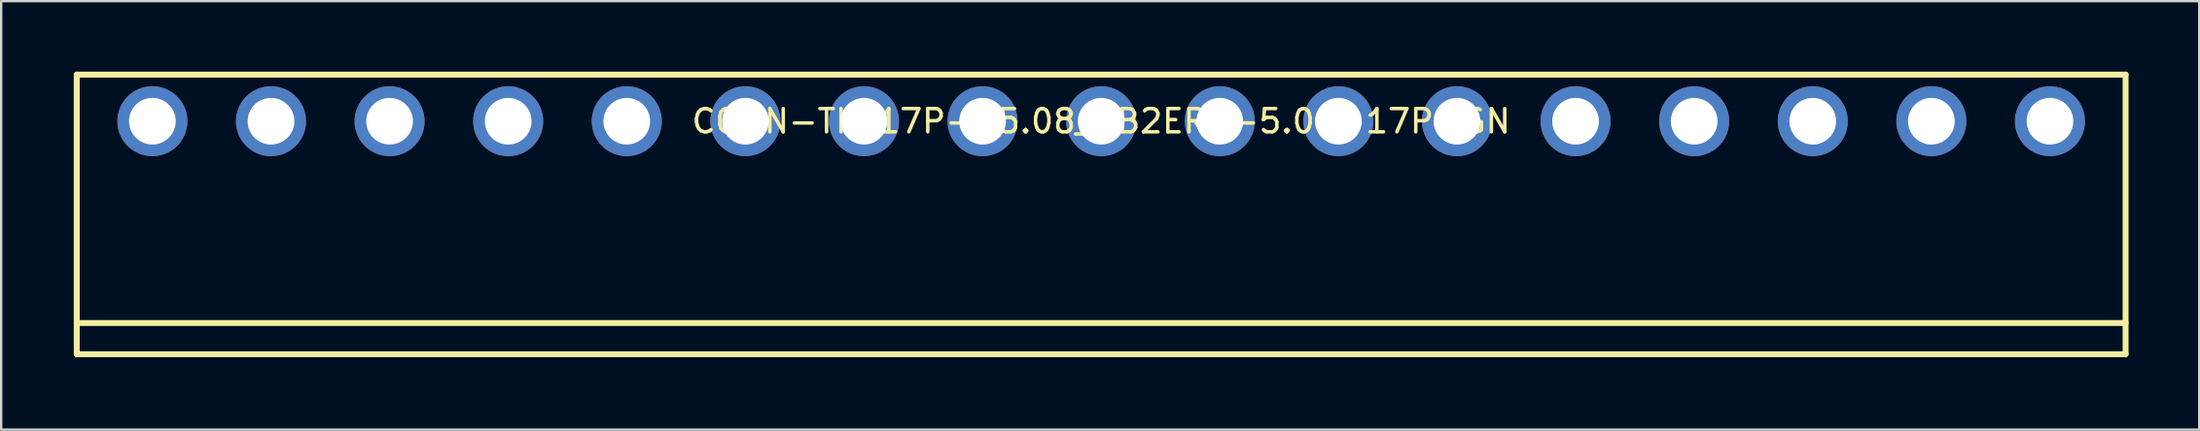
<source format=kicad_pcb>
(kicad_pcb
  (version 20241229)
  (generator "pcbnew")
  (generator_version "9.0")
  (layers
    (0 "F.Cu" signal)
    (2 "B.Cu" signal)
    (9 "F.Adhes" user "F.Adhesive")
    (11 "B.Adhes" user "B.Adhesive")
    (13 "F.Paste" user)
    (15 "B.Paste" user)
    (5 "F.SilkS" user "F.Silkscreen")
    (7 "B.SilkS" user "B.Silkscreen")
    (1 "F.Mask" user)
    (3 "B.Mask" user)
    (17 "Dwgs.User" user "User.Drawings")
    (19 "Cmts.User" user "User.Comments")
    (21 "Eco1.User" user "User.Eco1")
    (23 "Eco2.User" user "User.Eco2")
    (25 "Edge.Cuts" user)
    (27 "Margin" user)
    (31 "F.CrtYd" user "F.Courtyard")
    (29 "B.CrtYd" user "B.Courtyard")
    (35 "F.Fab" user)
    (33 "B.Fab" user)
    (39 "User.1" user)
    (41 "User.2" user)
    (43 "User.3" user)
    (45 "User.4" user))
  (footprint "CONN-TH_17P-P5.08_DB2ERC-5.08-17P-GN"
    (layer "F.Cu")
    (at 44.117 2.152)
    (property "Reference" "CONN-TH_17P-P5.08_DB2ERC-5.08-17P-GN" (at 0 0 0) (unlocked yes) (layer "F.SilkS") (effects (font (size 1 1) (thickness 0.15))))
    (fp_line (start -43.88 -2) (end -43.88 10) (stroke (width 0.254) (type default)) (layer "F.SilkS"))
    (fp_line (start -43.88 -2) (end 43.88 -2) (stroke (width 0.254) (type default)) (layer "F.SilkS"))
    (fp_line (start -43.88 8.661) (end 43.88 8.661) (stroke (width 0.254) (type default)) (layer "F.SilkS"))
    (fp_line (start -43.88 10) (end 43.88 10) (stroke (width 0.254) (type default)) (layer "F.SilkS"))
    (fp_line (start 43.88 -2) (end 43.88 10) (stroke (width 0.254) (type default)) (layer "F.SilkS"))
    (fp_poly (pts (xy -39.74 0) (xy -39.76 -0.187) (xy -39.818 -0.366) (xy -39.912 -0.529) (xy -40.038 -0.669) (xy -40.19 -0.779) (xy -40.362 -0.856) (xy -40.546 -0.895) (xy -40.734 -0.895) (xy -40.918 -0.856) (xy -41.09 -0.779) (xy -41.242 -0.669) (xy -41.368 -0.529) (xy -41.462 -0.366) (xy -41.52 -0.187) (xy -41.54 0) (xy -41.52 0.187) (xy -41.462 0.366) (xy -41.368 0.529) (xy -41.242 0.669) (xy -41.09 0.779) (xy -40.918 0.856) (xy -40.734 0.895) (xy -40.546 0.895) (xy -40.362 0.856) (xy -40.19 0.779) (xy -40.038 0.669) (xy -39.912 0.529) (xy -39.818 0.366) (xy -39.76 0.187)) (stroke (width 0.1) (type default)) (fill no) (layer "User.1"))
    (fp_poly (pts (xy -34.66 0) (xy -34.68 -0.187) (xy -34.738 -0.366) (xy -34.832 -0.529) (xy -34.958 -0.669) (xy -35.11 -0.779) (xy -35.282 -0.856) (xy -35.466 -0.895) (xy -35.654 -0.895) (xy -35.838 -0.856) (xy -36.01 -0.779) (xy -36.162 -0.669) (xy -36.288 -0.529) (xy -36.382 -0.366) (xy -36.44 -0.187) (xy -36.46 0) (xy -36.44 0.187) (xy -36.382 0.366) (xy -36.288 0.529) (xy -36.162 0.669) (xy -36.01 0.779) (xy -35.838 0.856) (xy -35.654 0.895) (xy -35.466 0.895) (xy -35.282 0.856) (xy -35.11 0.779) (xy -34.958 0.669) (xy -34.832 0.529) (xy -34.738 0.366) (xy -34.68 0.187)) (stroke (width 0.1) (type default)) (fill no) (layer "User.1"))
    (fp_poly (pts (xy -29.58 0) (xy -29.6 -0.187) (xy -29.658 -0.366) (xy -29.752 -0.529) (xy -29.878 -0.669) (xy -30.03 -0.779) (xy -30.202 -0.856) (xy -30.386 -0.895) (xy -30.574 -0.895) (xy -30.758 -0.856) (xy -30.93 -0.779) (xy -31.082 -0.669) (xy -31.208 -0.529) (xy -31.302 -0.366) (xy -31.36 -0.187) (xy -31.38 0) (xy -31.36 0.187) (xy -31.302 0.366) (xy -31.208 0.529) (xy -31.082 0.669) (xy -30.93 0.779) (xy -30.758 0.856) (xy -30.574 0.895) (xy -30.386 0.895) (xy -30.202 0.856) (xy -30.03 0.779) (xy -29.878 0.669) (xy -29.752 0.529) (xy -29.658 0.366) (xy -29.6 0.187)) (stroke (width 0.1) (type default)) (fill no) (layer "User.1"))
    (fp_poly (pts (xy -24.5 0) (xy -24.52 -0.187) (xy -24.578 -0.366) (xy -24.672 -0.529) (xy -24.798 -0.669) (xy -24.95 -0.779) (xy -25.122 -0.856) (xy -25.306 -0.895) (xy -25.494 -0.895) (xy -25.678 -0.856) (xy -25.85 -0.779) (xy -26.002 -0.669) (xy -26.128 -0.529) (xy -26.222 -0.366) (xy -26.28 -0.187) (xy -26.3 0) (xy -26.28 0.187) (xy -26.222 0.366) (xy -26.128 0.529) (xy -26.002 0.669) (xy -25.85 0.779) (xy -25.678 0.856) (xy -25.494 0.895) (xy -25.306 0.895) (xy -25.122 0.856) (xy -24.95 0.779) (xy -24.798 0.669) (xy -24.672 0.529) (xy -24.578 0.366) (xy -24.52 0.187)) (stroke (width 0.1) (type default)) (fill no) (layer "User.1"))
    (fp_poly (pts (xy -19.42 0) (xy -19.44 -0.187) (xy -19.498 -0.366) (xy -19.592 -0.529) (xy -19.718 -0.669) (xy -19.87 -0.779) (xy -20.042 -0.856) (xy -20.226 -0.895) (xy -20.414 -0.895) (xy -20.598 -0.856) (xy -20.77 -0.779) (xy -20.922 -0.669) (xy -21.048 -0.529) (xy -21.142 -0.366) (xy -21.2 -0.187) (xy -21.22 0) (xy -21.2 0.187) (xy -21.142 0.366) (xy -21.048 0.529) (xy -20.922 0.669) (xy -20.77 0.779) (xy -20.598 0.856) (xy -20.414 0.895) (xy -20.226 0.895) (xy -20.042 0.856) (xy -19.87 0.779) (xy -19.718 0.669) (xy -19.592 0.529) (xy -19.498 0.366) (xy -19.44 0.187)) (stroke (width 0.1) (type default)) (fill no) (layer "User.1"))
    (fp_poly (pts (xy -14.34 0) (xy -14.36 -0.187) (xy -14.418 -0.366) (xy -14.512 -0.529) (xy -14.638 -0.669) (xy -14.79 -0.779) (xy -14.962 -0.856) (xy -15.146 -0.895) (xy -15.334 -0.895) (xy -15.518 -0.856) (xy -15.69 -0.779) (xy -15.842 -0.669) (xy -15.968 -0.529) (xy -16.062 -0.366) (xy -16.12 -0.187) (xy -16.14 0) (xy -16.12 0.187) (xy -16.062 0.366) (xy -15.968 0.529) (xy -15.842 0.669) (xy -15.69 0.779) (xy -15.518 0.856) (xy -15.334 0.895) (xy -15.146 0.895) (xy -14.962 0.856) (xy -14.79 0.779) (xy -14.638 0.669) (xy -14.512 0.529) (xy -14.418 0.366) (xy -14.36 0.187)) (stroke (width 0.1) (type default)) (fill no) (layer "User.1"))
    (fp_poly (pts (xy -9.26 0) (xy -9.28 -0.187) (xy -9.338 -0.366) (xy -9.432 -0.529) (xy -9.558 -0.669) (xy -9.71 -0.779) (xy -9.882 -0.856) (xy -10.066 -0.895) (xy -10.254 -0.895) (xy -10.438 -0.856) (xy -10.61 -0.779) (xy -10.762 -0.669) (xy -10.888 -0.529) (xy -10.982 -0.366) (xy -11.04 -0.187) (xy -11.06 0) (xy -11.04 0.187) (xy -10.982 0.366) (xy -10.888 0.529) (xy -10.762 0.669) (xy -10.61 0.779) (xy -10.438 0.856) (xy -10.254 0.895) (xy -10.066 0.895) (xy -9.882 0.856) (xy -9.71 0.779) (xy -9.558 0.669) (xy -9.432 0.529) (xy -9.338 0.366) (xy -9.28 0.187)) (stroke (width 0.1) (type default)) (fill no) (layer "User.1"))
    (fp_poly (pts (xy -4.18 0) (xy -4.2 -0.187) (xy -4.258 -0.366) (xy -4.352 -0.529) (xy -4.478 -0.669) (xy -4.63 -0.779) (xy -4.802 -0.856) (xy -4.986 -0.895) (xy -5.174 -0.895) (xy -5.358 -0.856) (xy -5.53 -0.779) (xy -5.682 -0.669) (xy -5.808 -0.529) (xy -5.902 -0.366) (xy -5.96 -0.187) (xy -5.98 0) (xy -5.96 0.187) (xy -5.902 0.366) (xy -5.808 0.529) (xy -5.682 0.669) (xy -5.53 0.779) (xy -5.358 0.856) (xy -5.174 0.895) (xy -4.986 0.895) (xy -4.802 0.856) (xy -4.63 0.779) (xy -4.478 0.669) (xy -4.352 0.529) (xy -4.258 0.366) (xy -4.2 0.187)) (stroke (width 0.1) (type default)) (fill no) (layer "User.1"))
    (fp_poly (pts (xy 0.9 0) (xy 0.88 -0.187) (xy 0.822 -0.366) (xy 0.728 -0.529) (xy 0.602 -0.669) (xy 0.45 -0.779) (xy 0.278 -0.856) (xy 0.094 -0.895) (xy -0.094 -0.895) (xy -0.278 -0.856) (xy -0.45 -0.779) (xy -0.602 -0.669) (xy -0.728 -0.529) (xy -0.822 -0.366) (xy -0.88 -0.187) (xy -0.9 0) (xy -0.88 0.187) (xy -0.822 0.366) (xy -0.728 0.529) (xy -0.602 0.669) (xy -0.45 0.779) (xy -0.278 0.856) (xy -0.094 0.895) (xy 0.094 0.895) (xy 0.278 0.856) (xy 0.45 0.779) (xy 0.602 0.669) (xy 0.728 0.529) (xy 0.822 0.366) (xy 0.88 0.187)) (stroke (width 0.1) (type default)) (fill no) (layer "User.1"))
    (fp_poly (pts (xy 5.98 0) (xy 5.96 -0.187) (xy 5.902 -0.366) (xy 5.808 -0.529) (xy 5.682 -0.669) (xy 5.53 -0.779) (xy 5.358 -0.856) (xy 5.174 -0.895) (xy 4.986 -0.895) (xy 4.802 -0.856) (xy 4.63 -0.779) (xy 4.478 -0.669) (xy 4.352 -0.529) (xy 4.258 -0.366) (xy 4.2 -0.187) (xy 4.18 0) (xy 4.2 0.187) (xy 4.258 0.366) (xy 4.352 0.529) (xy 4.478 0.669) (xy 4.63 0.779) (xy 4.802 0.856) (xy 4.986 0.895) (xy 5.174 0.895) (xy 5.358 0.856) (xy 5.53 0.779) (xy 5.682 0.669) (xy 5.808 0.529) (xy 5.902 0.366) (xy 5.96 0.187)) (stroke (width 0.1) (type default)) (fill no) (layer "User.1"))
    (fp_poly (pts (xy 11.06 0) (xy 11.04 -0.187) (xy 10.982 -0.366) (xy 10.888 -0.529) (xy 10.762 -0.669) (xy 10.61 -0.779) (xy 10.438 -0.856) (xy 10.254 -0.895) (xy 10.066 -0.895) (xy 9.882 -0.856) (xy 9.71 -0.779) (xy 9.558 -0.669) (xy 9.432 -0.529) (xy 9.338 -0.366) (xy 9.28 -0.187) (xy 9.26 0) (xy 9.28 0.187) (xy 9.338 0.366) (xy 9.432 0.529) (xy 9.558 0.669) (xy 9.71 0.779) (xy 9.882 0.856) (xy 10.066 0.895) (xy 10.254 0.895) (xy 10.438 0.856) (xy 10.61 0.779) (xy 10.762 0.669) (xy 10.888 0.529) (xy 10.982 0.366) (xy 11.04 0.187)) (stroke (width 0.1) (type default)) (fill no) (layer "User.1"))
    (fp_poly (pts (xy 16.14 0) (xy 16.12 -0.187) (xy 16.062 -0.366) (xy 15.968 -0.529) (xy 15.842 -0.669) (xy 15.69 -0.779) (xy 15.518 -0.856) (xy 15.334 -0.895) (xy 15.146 -0.895) (xy 14.962 -0.856) (xy 14.79 -0.779) (xy 14.638 -0.669) (xy 14.512 -0.529) (xy 14.418 -0.366) (xy 14.36 -0.187) (xy 14.34 0) (xy 14.36 0.187) (xy 14.418 0.366) (xy 14.512 0.529) (xy 14.638 0.669) (xy 14.79 0.779) (xy 14.962 0.856) (xy 15.146 0.895) (xy 15.334 0.895) (xy 15.518 0.856) (xy 15.69 0.779) (xy 15.842 0.669) (xy 15.968 0.529) (xy 16.062 0.366) (xy 16.12 0.187)) (stroke (width 0.1) (type default)) (fill no) (layer "User.1"))
    (fp_poly (pts (xy 21.22 0) (xy 21.2 -0.187) (xy 21.142 -0.366) (xy 21.048 -0.529) (xy 20.922 -0.669) (xy 20.77 -0.779) (xy 20.598 -0.856) (xy 20.414 -0.895) (xy 20.226 -0.895) (xy 20.042 -0.856) (xy 19.87 -0.779) (xy 19.718 -0.669) (xy 19.592 -0.529) (xy 19.498 -0.366) (xy 19.44 -0.187) (xy 19.42 0) (xy 19.44 0.187) (xy 19.498 0.366) (xy 19.592 0.529) (xy 19.718 0.669) (xy 19.87 0.779) (xy 20.042 0.856) (xy 20.226 0.895) (xy 20.414 0.895) (xy 20.598 0.856) (xy 20.77 0.779) (xy 20.922 0.669) (xy 21.048 0.529) (xy 21.142 0.366) (xy 21.2 0.187)) (stroke (width 0.1) (type default)) (fill no) (layer "User.1"))
    (fp_poly (pts (xy 26.3 0) (xy 26.28 -0.187) (xy 26.222 -0.366) (xy 26.128 -0.529) (xy 26.002 -0.669) (xy 25.85 -0.779) (xy 25.678 -0.856) (xy 25.494 -0.895) (xy 25.306 -0.895) (xy 25.122 -0.856) (xy 24.95 -0.779) (xy 24.798 -0.669) (xy 24.672 -0.529) (xy 24.578 -0.366) (xy 24.52 -0.187) (xy 24.5 0) (xy 24.52 0.187) (xy 24.578 0.366) (xy 24.672 0.529) (xy 24.798 0.669) (xy 24.95 0.779) (xy 25.122 0.856) (xy 25.306 0.895) (xy 25.494 0.895) (xy 25.678 0.856) (xy 25.85 0.779) (xy 26.002 0.669) (xy 26.128 0.529) (xy 26.222 0.366) (xy 26.28 0.187)) (stroke (width 0.1) (type default)) (fill no) (layer "User.1"))
    (fp_poly (pts (xy 31.38 0) (xy 31.36 -0.187) (xy 31.302 -0.366) (xy 31.208 -0.529) (xy 31.082 -0.669) (xy 30.93 -0.779) (xy 30.758 -0.856) (xy 30.574 -0.895) (xy 30.386 -0.895) (xy 30.202 -0.856) (xy 30.03 -0.779) (xy 29.878 -0.669) (xy 29.752 -0.529) (xy 29.658 -0.366) (xy 29.6 -0.187) (xy 29.58 0) (xy 29.6 0.187) (xy 29.658 0.366) (xy 29.752 0.529) (xy 29.878 0.669) (xy 30.03 0.779) (xy 30.202 0.856) (xy 30.386 0.895) (xy 30.574 0.895) (xy 30.758 0.856) (xy 30.93 0.779) (xy 31.082 0.669) (xy 31.208 0.529) (xy 31.302 0.366) (xy 31.36 0.187)) (stroke (width 0.1) (type default)) (fill no) (layer "User.1"))
    (fp_poly (pts (xy 36.46 0) (xy 36.44 -0.187) (xy 36.382 -0.366) (xy 36.288 -0.529) (xy 36.162 -0.669) (xy 36.01 -0.779) (xy 35.838 -0.856) (xy 35.654 -0.895) (xy 35.466 -0.895) (xy 35.282 -0.856) (xy 35.11 -0.779) (xy 34.958 -0.669) (xy 34.832 -0.529) (xy 34.738 -0.366) (xy 34.68 -0.187) (xy 34.66 0) (xy 34.68 0.187) (xy 34.738 0.366) (xy 34.832 0.529) (xy 34.958 0.669) (xy 35.11 0.779) (xy 35.282 0.856) (xy 35.466 0.895) (xy 35.654 0.895) (xy 35.838 0.856) (xy 36.01 0.779) (xy 36.162 0.669) (xy 36.288 0.529) (xy 36.382 0.366) (xy 36.44 0.187)) (stroke (width 0.1) (type default)) (fill no) (layer "User.1"))
    (fp_poly (pts (xy 41.54 0) (xy 41.52 -0.187) (xy 41.462 -0.366) (xy 41.368 -0.529) (xy 41.242 -0.669) (xy 41.09 -0.779) (xy 40.918 -0.856) (xy 40.734 -0.895) (xy 40.546 -0.895) (xy 40.362 -0.856) (xy 40.19 -0.779) (xy 40.038 -0.669) (xy 39.912 -0.529) (xy 39.818 -0.366) (xy 39.76 -0.187) (xy 39.74 0) (xy 39.76 0.187) (xy 39.818 0.366) (xy 39.912 0.529) (xy 40.038 0.669) (xy 40.19 0.779) (xy 40.362 0.856) (xy 40.546 0.895) (xy 40.734 0.895) (xy 40.918 0.856) (xy 41.09 0.779) (xy 41.242 0.669) (xy 41.368 0.529) (xy 41.462 0.366) (xy 41.52 0.187)) (stroke (width 0.1) (type default)) (fill no) (layer "User.1"))
    (fp_line (start -44.007 -2.127) (end 44.007 -2.127) (stroke (width 0.051) (type default)) (layer "User.2"))
    (fp_line (start -44.007 10.127) (end -44.007 -2.127) (stroke (width 0.051) (type default)) (layer "User.2"))
    (fp_line (start 44.007 -2.127) (end 44.007 10.127) (stroke (width 0.051) (type default)) (layer "User.2"))
    (fp_line (start 44.007 10.127) (end -44.007 10.127) (stroke (width 0.051) (type default)) (layer "User.2"))
    (fp_poly (pts (xy -43.947 10.127) (xy -43.965 10.085) (xy -44.007 10.067) (xy -44.049 10.085) (xy -44.067 10.127) (xy -44.049 10.169) (xy -44.007 10.187) (xy -43.965 10.169)) (stroke (width 0.1) (type default)) (fill no) (layer "User.3"))
    (pad "1" thru_hole circle (at -40.64 0) (size 3 3) (drill 2) (layers "*.Cu" "*.Mask"))
    (pad "2" thru_hole circle (at -35.56 0) (size 3 3) (drill 2) (layers "*.Cu" "*.Mask"))
    (pad "3" thru_hole circle (at -30.48 0) (size 3 3) (drill 2) (layers "*.Cu" "*.Mask"))
    (pad "4" thru_hole circle (at -25.4 0) (size 3 3) (drill 2) (layers "*.Cu" "*.Mask"))
    (pad "5" thru_hole circle (at -20.32 0) (size 3 3) (drill 2) (layers "*.Cu" "*.Mask"))
    (pad "6" thru_hole circle (at -15.24 0) (size 3 3) (drill 2) (layers "*.Cu" "*.Mask"))
    (pad "7" thru_hole circle (at -10.16 0) (size 3 3) (drill 2) (layers "*.Cu" "*.Mask"))
    (pad "8" thru_hole circle (at -5.08 0) (size 3 3) (drill 2) (layers "*.Cu" "*.Mask"))
    (pad "9" thru_hole circle (at 0 0) (size 3 3) (drill 2) (layers "*.Cu" "*.Mask"))
    (pad "10" thru_hole circle (at 5.08 0) (size 3 3) (drill 2) (layers "*.Cu" "*.Mask"))
    (pad "11" thru_hole circle (at 10.16 0) (size 3 3) (drill 2) (layers "*.Cu" "*.Mask"))
    (pad "12" thru_hole circle (at 15.24 0) (size 3 3) (drill 2) (layers "*.Cu" "*.Mask"))
    (pad "13" thru_hole circle (at 20.32 0) (size 3 3) (drill 2) (layers "*.Cu" "*.Mask"))
    (pad "14" thru_hole circle (at 25.4 0) (size 3 3) (drill 2) (layers "*.Cu" "*.Mask"))
    (pad "15" thru_hole circle (at 30.48 0) (size 3 3) (drill 2) (layers "*.Cu" "*.Mask"))
    (pad "16" thru_hole circle (at 35.56 0) (size 3 3) (drill 2) (layers "*.Cu" "*.Mask"))
    (pad "17" thru_hole circle (at 40.64 0) (size 3 3) (drill 2) (layers "*.Cu" "*.Mask")))
  (gr_rect
    (start -3 -3)
    (end 91.15 15.389)
    (stroke (width 0.1) (type default))
    (fill no)
    (layer "Edge.Cuts")))
</source>
